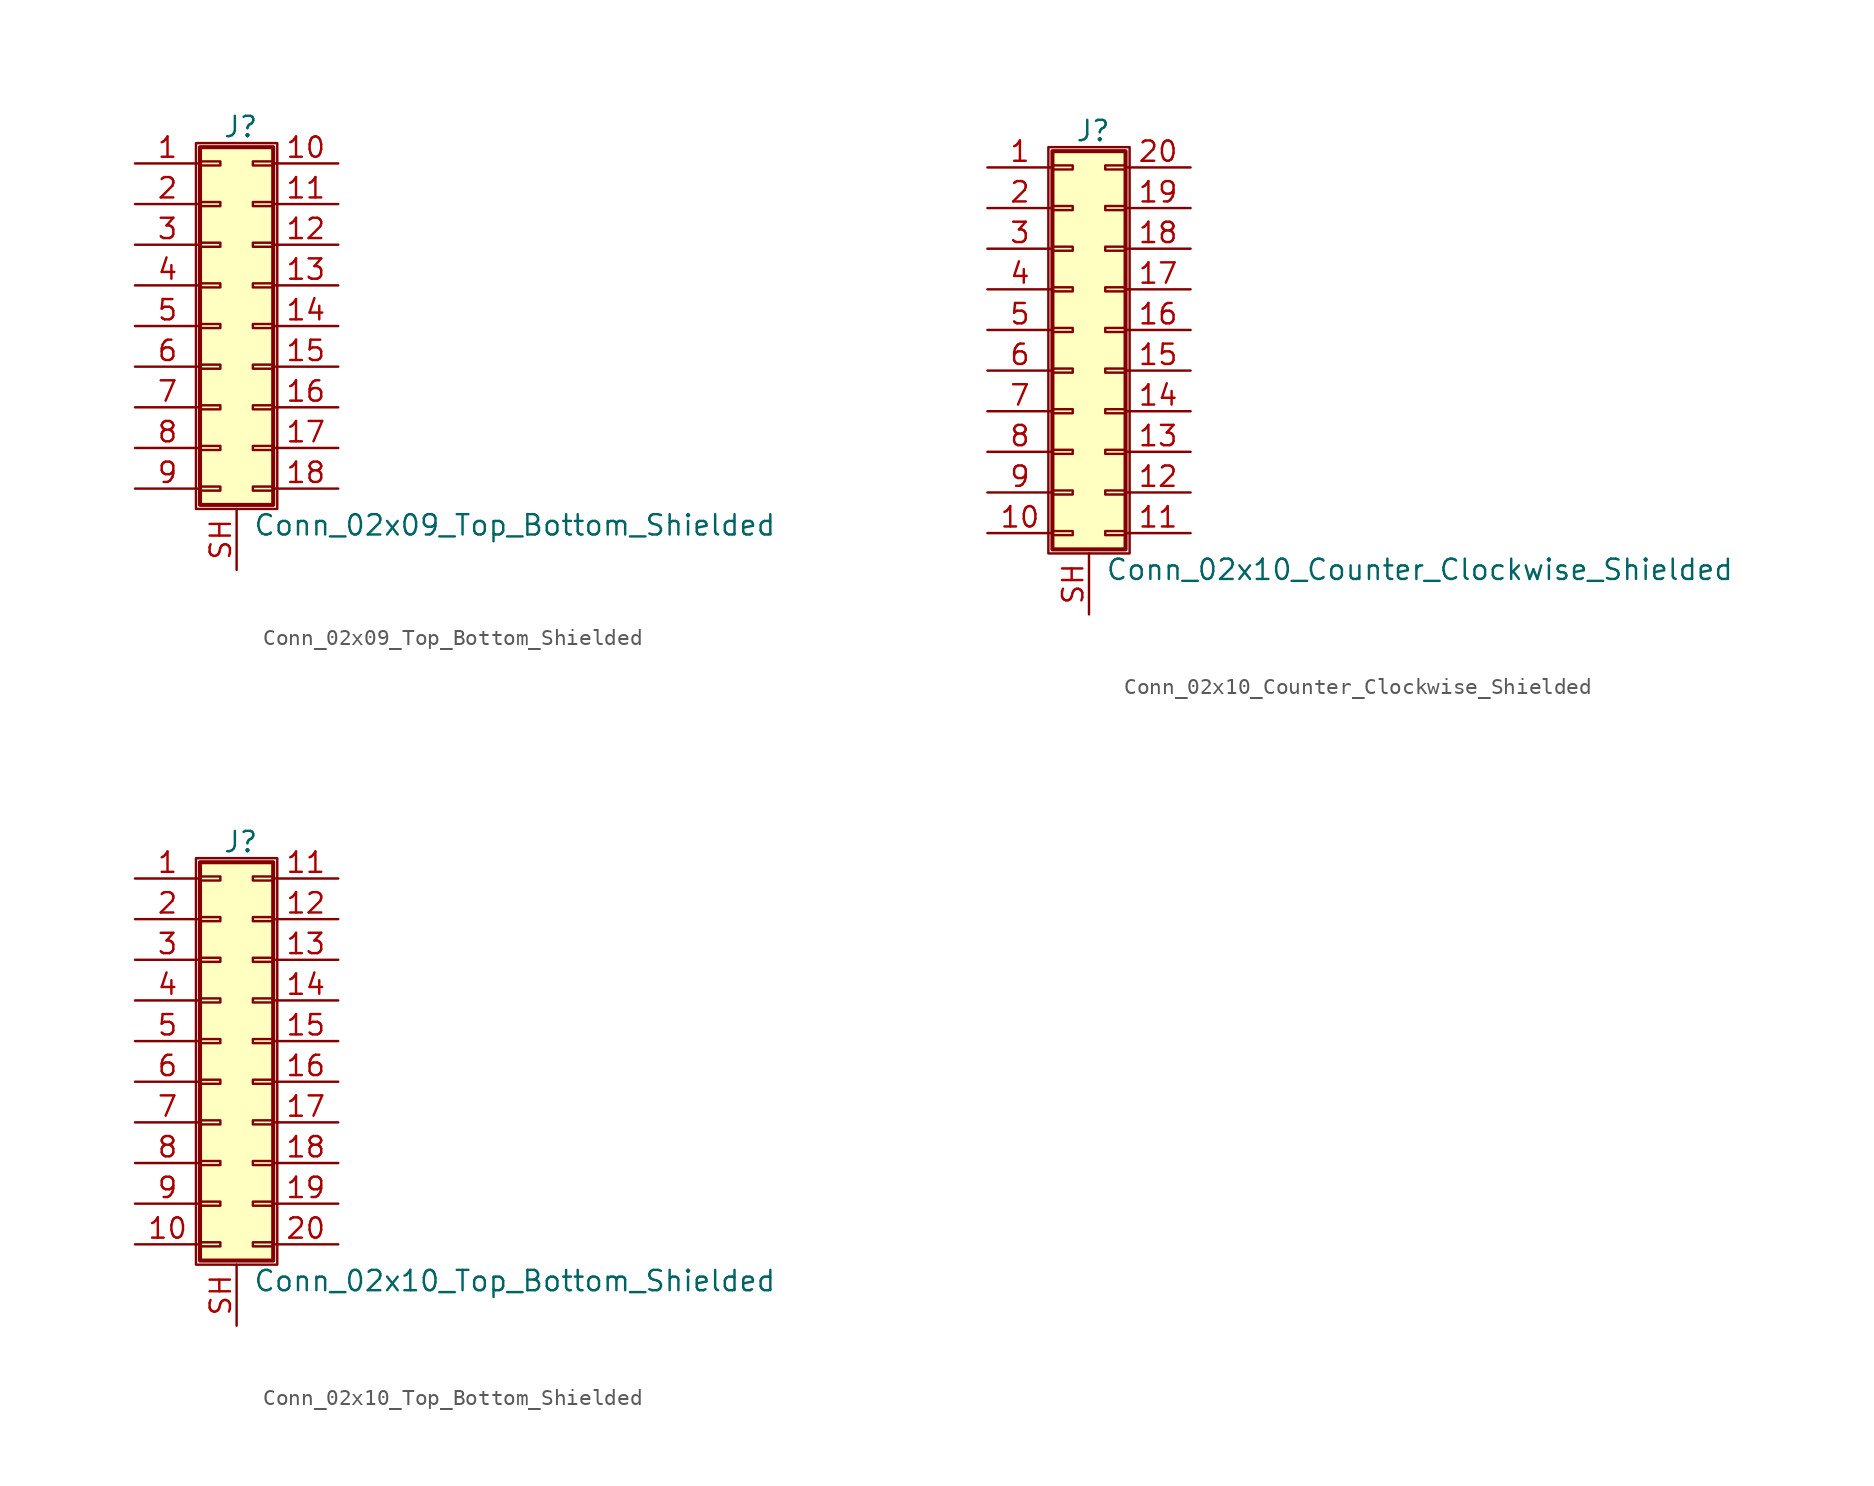
<source format=kicad_sym>
(kicad_symbol_lib
  (version 20201005)
  (generator kicad_symbol_editor)
  (symbol "Conn_02x09_Top_Bottom_Shielded"
    (pin_names
      (offset 1.016) hide)
    (property "Reference" "J"
      (at 1.524 12.446 0)
      (effects (font (size 1.27 1.27))))
    (property "Value" "Conn_02x09_Top_Bottom_Shielded"
      (at 2.286 -12.446 0)
      (effects (font (size 1.27 1.27)) (justify left)))
    (symbol "Conn_02x09_Top_Bottom_Shielded_1_1"
      (rectangle (start -1.27 11.43) (end 3.81 -11.43) (stroke (width 0.152)) (fill (type none)))
      (rectangle (start -1.016 -10.033) (end 0.254 -10.287) (stroke (width 0.152)) (fill (type none)))
      (rectangle (start -1.016 -7.493) (end 0.254 -7.747) (stroke (width 0.152)) (fill (type none)))
      (rectangle (start -1.016 -4.953) (end 0.254 -5.207) (stroke (width 0.152)) (fill (type none)))
      (rectangle (start -1.016 -2.413) (end 0.254 -2.667) (stroke (width 0.152)) (fill (type none)))
      (rectangle (start -1.016 0.127) (end 0.254 -0.127) (stroke (width 0.152)) (fill (type none)))
      (rectangle (start -1.016 2.667) (end 0.254 2.413) (stroke (width 0.152)) (fill (type none)))
      (rectangle (start -1.016 5.207) (end 0.254 4.953) (stroke (width 0.152)) (fill (type none)))
      (rectangle (start -1.016 7.747) (end 0.254 7.493) (stroke (width 0.152)) (fill (type none)))
      (rectangle (start -1.016 10.287) (end 0.254 10.033) (stroke (width 0.152)) (fill (type none)))
      (rectangle (start -1.016 11.176) (end 3.556 -11.176) (stroke (width 0.254)) (fill (type background)))
      (rectangle (start 3.556 -10.033) (end 2.286 -10.287) (stroke (width 0.152)) (fill (type none)))
      (rectangle (start 3.556 -7.493) (end 2.286 -7.747) (stroke (width 0.152)) (fill (type none)))
      (rectangle (start 3.556 -4.953) (end 2.286 -5.207) (stroke (width 0.152)) (fill (type none)))
      (rectangle (start 3.556 -2.413) (end 2.286 -2.667) (stroke (width 0.152)) (fill (type none)))
      (rectangle (start 3.556 0.127) (end 2.286 -0.127) (stroke (width 0.152)) (fill (type none)))
      (rectangle (start 3.556 2.667) (end 2.286 2.413) (stroke (width 0.152)) (fill (type none)))
      (rectangle (start 3.556 5.207) (end 2.286 4.953) (stroke (width 0.152)) (fill (type none)))
      (rectangle (start 3.556 7.747) (end 2.286 7.493) (stroke (width 0.152)) (fill (type none)))
      (rectangle (start 3.556 10.287) (end 2.286 10.033) (stroke (width 0.152)) (fill (type none)))
      (pin passive line (at -5.08 10.16 0) (length 4.064) (name "Pin_1" (effects (font (size 1.27 1.27)))) (number "1" (effects (font (size 1.27 1.27)))))
      (pin passive line (at 7.62 10.16 180) (length 4.064) (name "Pin_10" (effects (font (size 1.27 1.27)))) (number "10" (effects (font (size 1.27 1.27)))))
      (pin passive line (at 7.62 7.62 180) (length 4.064) (name "Pin_11" (effects (font (size 1.27 1.27)))) (number "11" (effects (font (size 1.27 1.27)))))
      (pin passive line (at 7.62 5.08 180) (length 4.064) (name "Pin_12" (effects (font (size 1.27 1.27)))) (number "12" (effects (font (size 1.27 1.27)))))
      (pin passive line (at 7.62 2.54 180) (length 4.064) (name "Pin_13" (effects (font (size 1.27 1.27)))) (number "13" (effects (font (size 1.27 1.27)))))
      (pin passive line (at 7.62 0 180) (length 4.064) (name "Pin_14" (effects (font (size 1.27 1.27)))) (number "14" (effects (font (size 1.27 1.27)))))
      (pin passive line (at 7.62 -2.54 180) (length 4.064) (name "Pin_15" (effects (font (size 1.27 1.27)))) (number "15" (effects (font (size 1.27 1.27)))))
      (pin passive line (at 7.62 -5.08 180) (length 4.064) (name "Pin_16" (effects (font (size 1.27 1.27)))) (number "16" (effects (font (size 1.27 1.27)))))
      (pin passive line (at 7.62 -7.62 180) (length 4.064) (name "Pin_17" (effects (font (size 1.27 1.27)))) (number "17" (effects (font (size 1.27 1.27)))))
      (pin passive line (at 7.62 -10.16 180) (length 4.064) (name "Pin_18" (effects (font (size 1.27 1.27)))) (number "18" (effects (font (size 1.27 1.27)))))
      (pin passive line (at -5.08 7.62 0) (length 4.064) (name "Pin_2" (effects (font (size 1.27 1.27)))) (number "2" (effects (font (size 1.27 1.27)))))
      (pin passive line (at -5.08 5.08 0) (length 4.064) (name "Pin_3" (effects (font (size 1.27 1.27)))) (number "3" (effects (font (size 1.27 1.27)))))
      (pin passive line (at -5.08 2.54 0) (length 4.064) (name "Pin_4" (effects (font (size 1.27 1.27)))) (number "4" (effects (font (size 1.27 1.27)))))
      (pin passive line (at -5.08 0 0) (length 4.064) (name "Pin_5" (effects (font (size 1.27 1.27)))) (number "5" (effects (font (size 1.27 1.27)))))
      (pin passive line (at -5.08 -2.54 0) (length 4.064) (name "Pin_6" (effects (font (size 1.27 1.27)))) (number "6" (effects (font (size 1.27 1.27)))))
      (pin passive line (at -5.08 -5.08 0) (length 4.064) (name "Pin_7" (effects (font (size 1.27 1.27)))) (number "7" (effects (font (size 1.27 1.27)))))
      (pin passive line (at -5.08 -7.62 0) (length 4.064) (name "Pin_8" (effects (font (size 1.27 1.27)))) (number "8" (effects (font (size 1.27 1.27)))))
      (pin passive line (at -5.08 -10.16 0) (length 4.064) (name "Pin_9" (effects (font (size 1.27 1.27)))) (number "9" (effects (font (size 1.27 1.27)))))
      (pin passive line (at 1.27 -15.24 90) (length 3.81) (name "Shield" (effects (font (size 1.27 1.27)))) (number "SH" (effects (font (size 1.27 1.27)))))))
  (symbol "Conn_02x10_Counter_Clockwise_Shielded"
    (pin_names
      (offset 1.016) hide)
    (property "Reference" "J"
      (at 1.524 12.446 0)
      (effects (font (size 1.27 1.27))))
    (property "Value" "Conn_02x10_Counter_Clockwise_Shielded"
      (at 2.286 -14.986 0)
      (effects (font (size 1.27 1.27)) (justify left)))
    (symbol "Conn_02x10_Counter_Clockwise_Shielded_1_1"
      (rectangle (start -1.27 11.43) (end 3.81 -13.97) (stroke (width 0.152)) (fill (type none)))
      (rectangle (start -1.016 -12.573) (end 0.254 -12.827) (stroke (width 0.152)) (fill (type none)))
      (rectangle (start -1.016 -10.033) (end 0.254 -10.287) (stroke (width 0.152)) (fill (type none)))
      (rectangle (start -1.016 -7.493) (end 0.254 -7.747) (stroke (width 0.152)) (fill (type none)))
      (rectangle (start -1.016 -4.953) (end 0.254 -5.207) (stroke (width 0.152)) (fill (type none)))
      (rectangle (start -1.016 -2.413) (end 0.254 -2.667) (stroke (width 0.152)) (fill (type none)))
      (rectangle (start -1.016 0.127) (end 0.254 -0.127) (stroke (width 0.152)) (fill (type none)))
      (rectangle (start -1.016 2.667) (end 0.254 2.413) (stroke (width 0.152)) (fill (type none)))
      (rectangle (start -1.016 5.207) (end 0.254 4.953) (stroke (width 0.152)) (fill (type none)))
      (rectangle (start -1.016 7.747) (end 0.254 7.493) (stroke (width 0.152)) (fill (type none)))
      (rectangle (start -1.016 10.287) (end 0.254 10.033) (stroke (width 0.152)) (fill (type none)))
      (rectangle (start -1.016 11.176) (end 3.556 -13.716) (stroke (width 0.254)) (fill (type background)))
      (rectangle (start 3.556 -12.573) (end 2.286 -12.827) (stroke (width 0.152)) (fill (type none)))
      (rectangle (start 3.556 -10.033) (end 2.286 -10.287) (stroke (width 0.152)) (fill (type none)))
      (rectangle (start 3.556 -7.493) (end 2.286 -7.747) (stroke (width 0.152)) (fill (type none)))
      (rectangle (start 3.556 -4.953) (end 2.286 -5.207) (stroke (width 0.152)) (fill (type none)))
      (rectangle (start 3.556 -2.413) (end 2.286 -2.667) (stroke (width 0.152)) (fill (type none)))
      (rectangle (start 3.556 0.127) (end 2.286 -0.127) (stroke (width 0.152)) (fill (type none)))
      (rectangle (start 3.556 2.667) (end 2.286 2.413) (stroke (width 0.152)) (fill (type none)))
      (rectangle (start 3.556 5.207) (end 2.286 4.953) (stroke (width 0.152)) (fill (type none)))
      (rectangle (start 3.556 7.747) (end 2.286 7.493) (stroke (width 0.152)) (fill (type none)))
      (rectangle (start 3.556 10.287) (end 2.286 10.033) (stroke (width 0.152)) (fill (type none)))
      (pin passive line (at -5.08 10.16 0) (length 4.064) (name "Pin_1" (effects (font (size 1.27 1.27)))) (number "1" (effects (font (size 1.27 1.27)))))
      (pin passive line (at -5.08 -12.7 0) (length 4.064) (name "Pin_10" (effects (font (size 1.27 1.27)))) (number "10" (effects (font (size 1.27 1.27)))))
      (pin passive line (at 7.62 -12.7 180) (length 4.064) (name "Pin_11" (effects (font (size 1.27 1.27)))) (number "11" (effects (font (size 1.27 1.27)))))
      (pin passive line (at 7.62 -10.16 180) (length 4.064) (name "Pin_12" (effects (font (size 1.27 1.27)))) (number "12" (effects (font (size 1.27 1.27)))))
      (pin passive line (at 7.62 -7.62 180) (length 4.064) (name "Pin_13" (effects (font (size 1.27 1.27)))) (number "13" (effects (font (size 1.27 1.27)))))
      (pin passive line (at 7.62 -5.08 180) (length 4.064) (name "Pin_14" (effects (font (size 1.27 1.27)))) (number "14" (effects (font (size 1.27 1.27)))))
      (pin passive line (at 7.62 -2.54 180) (length 4.064) (name "Pin_15" (effects (font (size 1.27 1.27)))) (number "15" (effects (font (size 1.27 1.27)))))
      (pin passive line (at 7.62 0 180) (length 4.064) (name "Pin_16" (effects (font (size 1.27 1.27)))) (number "16" (effects (font (size 1.27 1.27)))))
      (pin passive line (at 7.62 2.54 180) (length 4.064) (name "Pin_17" (effects (font (size 1.27 1.27)))) (number "17" (effects (font (size 1.27 1.27)))))
      (pin passive line (at 7.62 5.08 180) (length 4.064) (name "Pin_18" (effects (font (size 1.27 1.27)))) (number "18" (effects (font (size 1.27 1.27)))))
      (pin passive line (at 7.62 7.62 180) (length 4.064) (name "Pin_19" (effects (font (size 1.27 1.27)))) (number "19" (effects (font (size 1.27 1.27)))))
      (pin passive line (at -5.08 7.62 0) (length 4.064) (name "Pin_2" (effects (font (size 1.27 1.27)))) (number "2" (effects (font (size 1.27 1.27)))))
      (pin passive line (at 7.62 10.16 180) (length 4.064) (name "Pin_20" (effects (font (size 1.27 1.27)))) (number "20" (effects (font (size 1.27 1.27)))))
      (pin passive line (at -5.08 5.08 0) (length 4.064) (name "Pin_3" (effects (font (size 1.27 1.27)))) (number "3" (effects (font (size 1.27 1.27)))))
      (pin passive line (at -5.08 2.54 0) (length 4.064) (name "Pin_4" (effects (font (size 1.27 1.27)))) (number "4" (effects (font (size 1.27 1.27)))))
      (pin passive line (at -5.08 0 0) (length 4.064) (name "Pin_5" (effects (font (size 1.27 1.27)))) (number "5" (effects (font (size 1.27 1.27)))))
      (pin passive line (at -5.08 -2.54 0) (length 4.064) (name "Pin_6" (effects (font (size 1.27 1.27)))) (number "6" (effects (font (size 1.27 1.27)))))
      (pin passive line (at -5.08 -5.08 0) (length 4.064) (name "Pin_7" (effects (font (size 1.27 1.27)))) (number "7" (effects (font (size 1.27 1.27)))))
      (pin passive line (at -5.08 -7.62 0) (length 4.064) (name "Pin_8" (effects (font (size 1.27 1.27)))) (number "8" (effects (font (size 1.27 1.27)))))
      (pin passive line (at -5.08 -10.16 0) (length 4.064) (name "Pin_9" (effects (font (size 1.27 1.27)))) (number "9" (effects (font (size 1.27 1.27)))))
      (pin passive line (at 1.27 -17.78 90) (length 3.81) (name "Shield" (effects (font (size 1.27 1.27)))) (number "SH" (effects (font (size 1.27 1.27)))))))
  (symbol "Conn_02x10_Top_Bottom_Shielded"
    (pin_names
      (offset 1.016) hide)
    (property "Reference" "J"
      (at 1.524 12.446 0)
      (effects (font (size 1.27 1.27))))
    (property "Value" "Conn_02x10_Top_Bottom_Shielded"
      (at 2.286 -14.986 0)
      (effects (font (size 1.27 1.27)) (justify left)))
    (symbol "Conn_02x10_Top_Bottom_Shielded_1_1"
      (rectangle (start -1.27 11.43) (end 3.81 -13.97) (stroke (width 0.152)) (fill (type none)))
      (rectangle (start -1.016 -12.573) (end 0.254 -12.827) (stroke (width 0.152)) (fill (type none)))
      (rectangle (start -1.016 -10.033) (end 0.254 -10.287) (stroke (width 0.152)) (fill (type none)))
      (rectangle (start -1.016 -7.493) (end 0.254 -7.747) (stroke (width 0.152)) (fill (type none)))
      (rectangle (start -1.016 -4.953) (end 0.254 -5.207) (stroke (width 0.152)) (fill (type none)))
      (rectangle (start -1.016 -2.413) (end 0.254 -2.667) (stroke (width 0.152)) (fill (type none)))
      (rectangle (start -1.016 0.127) (end 0.254 -0.127) (stroke (width 0.152)) (fill (type none)))
      (rectangle (start -1.016 2.667) (end 0.254 2.413) (stroke (width 0.152)) (fill (type none)))
      (rectangle (start -1.016 5.207) (end 0.254 4.953) (stroke (width 0.152)) (fill (type none)))
      (rectangle (start -1.016 7.747) (end 0.254 7.493) (stroke (width 0.152)) (fill (type none)))
      (rectangle (start -1.016 10.287) (end 0.254 10.033) (stroke (width 0.152)) (fill (type none)))
      (rectangle (start -1.016 11.176) (end 3.556 -13.716) (stroke (width 0.254)) (fill (type background)))
      (rectangle (start 3.556 -12.573) (end 2.286 -12.827) (stroke (width 0.152)) (fill (type none)))
      (rectangle (start 3.556 -10.033) (end 2.286 -10.287) (stroke (width 0.152)) (fill (type none)))
      (rectangle (start 3.556 -7.493) (end 2.286 -7.747) (stroke (width 0.152)) (fill (type none)))
      (rectangle (start 3.556 -4.953) (end 2.286 -5.207) (stroke (width 0.152)) (fill (type none)))
      (rectangle (start 3.556 -2.413) (end 2.286 -2.667) (stroke (width 0.152)) (fill (type none)))
      (rectangle (start 3.556 0.127) (end 2.286 -0.127) (stroke (width 0.152)) (fill (type none)))
      (rectangle (start 3.556 2.667) (end 2.286 2.413) (stroke (width 0.152)) (fill (type none)))
      (rectangle (start 3.556 5.207) (end 2.286 4.953) (stroke (width 0.152)) (fill (type none)))
      (rectangle (start 3.556 7.747) (end 2.286 7.493) (stroke (width 0.152)) (fill (type none)))
      (rectangle (start 3.556 10.287) (end 2.286 10.033) (stroke (width 0.152)) (fill (type none)))
      (pin passive line (at -5.08 10.16 0) (length 4.064) (name "Pin_1" (effects (font (size 1.27 1.27)))) (number "1" (effects (font (size 1.27 1.27)))))
      (pin passive line (at -5.08 -12.7 0) (length 4.064) (name "Pin_10" (effects (font (size 1.27 1.27)))) (number "10" (effects (font (size 1.27 1.27)))))
      (pin passive line (at 7.62 10.16 180) (length 4.064) (name "Pin_11" (effects (font (size 1.27 1.27)))) (number "11" (effects (font (size 1.27 1.27)))))
      (pin passive line (at 7.62 7.62 180) (length 4.064) (name "Pin_12" (effects (font (size 1.27 1.27)))) (number "12" (effects (font (size 1.27 1.27)))))
      (pin passive line (at 7.62 5.08 180) (length 4.064) (name "Pin_13" (effects (font (size 1.27 1.27)))) (number "13" (effects (font (size 1.27 1.27)))))
      (pin passive line (at 7.62 2.54 180) (length 4.064) (name "Pin_14" (effects (font (size 1.27 1.27)))) (number "14" (effects (font (size 1.27 1.27)))))
      (pin passive line (at 7.62 0 180) (length 4.064) (name "Pin_15" (effects (font (size 1.27 1.27)))) (number "15" (effects (font (size 1.27 1.27)))))
      (pin passive line (at 7.62 -2.54 180) (length 4.064) (name "Pin_16" (effects (font (size 1.27 1.27)))) (number "16" (effects (font (size 1.27 1.27)))))
      (pin passive line (at 7.62 -5.08 180) (length 4.064) (name "Pin_17" (effects (font (size 1.27 1.27)))) (number "17" (effects (font (size 1.27 1.27)))))
      (pin passive line (at 7.62 -7.62 180) (length 4.064) (name "Pin_18" (effects (font (size 1.27 1.27)))) (number "18" (effects (font (size 1.27 1.27)))))
      (pin passive line (at 7.62 -10.16 180) (length 4.064) (name "Pin_19" (effects (font (size 1.27 1.27)))) (number "19" (effects (font (size 1.27 1.27)))))
      (pin passive line (at -5.08 7.62 0) (length 4.064) (name "Pin_2" (effects (font (size 1.27 1.27)))) (number "2" (effects (font (size 1.27 1.27)))))
      (pin passive line (at 7.62 -12.7 180) (length 4.064) (name "Pin_20" (effects (font (size 1.27 1.27)))) (number "20" (effects (font (size 1.27 1.27)))))
      (pin passive line (at -5.08 5.08 0) (length 4.064) (name "Pin_3" (effects (font (size 1.27 1.27)))) (number "3" (effects (font (size 1.27 1.27)))))
      (pin passive line (at -5.08 2.54 0) (length 4.064) (name "Pin_4" (effects (font (size 1.27 1.27)))) (number "4" (effects (font (size 1.27 1.27)))))
      (pin passive line (at -5.08 0 0) (length 4.064) (name "Pin_5" (effects (font (size 1.27 1.27)))) (number "5" (effects (font (size 1.27 1.27)))))
      (pin passive line (at -5.08 -2.54 0) (length 4.064) (name "Pin_6" (effects (font (size 1.27 1.27)))) (number "6" (effects (font (size 1.27 1.27)))))
      (pin passive line (at -5.08 -5.08 0) (length 4.064) (name "Pin_7" (effects (font (size 1.27 1.27)))) (number "7" (effects (font (size 1.27 1.27)))))
      (pin passive line (at -5.08 -7.62 0) (length 4.064) (name "Pin_8" (effects (font (size 1.27 1.27)))) (number "8" (effects (font (size 1.27 1.27)))))
      (pin passive line (at -5.08 -10.16 0) (length 4.064) (name "Pin_9" (effects (font (size 1.27 1.27)))) (number "9" (effects (font (size 1.27 1.27)))))
      (pin passive line (at 1.27 -17.78 90) (length 3.81) (name "Shield" (effects (font (size 1.27 1.27)))) (number "SH" (effects (font (size 1.27 1.27))))))))
</source>
